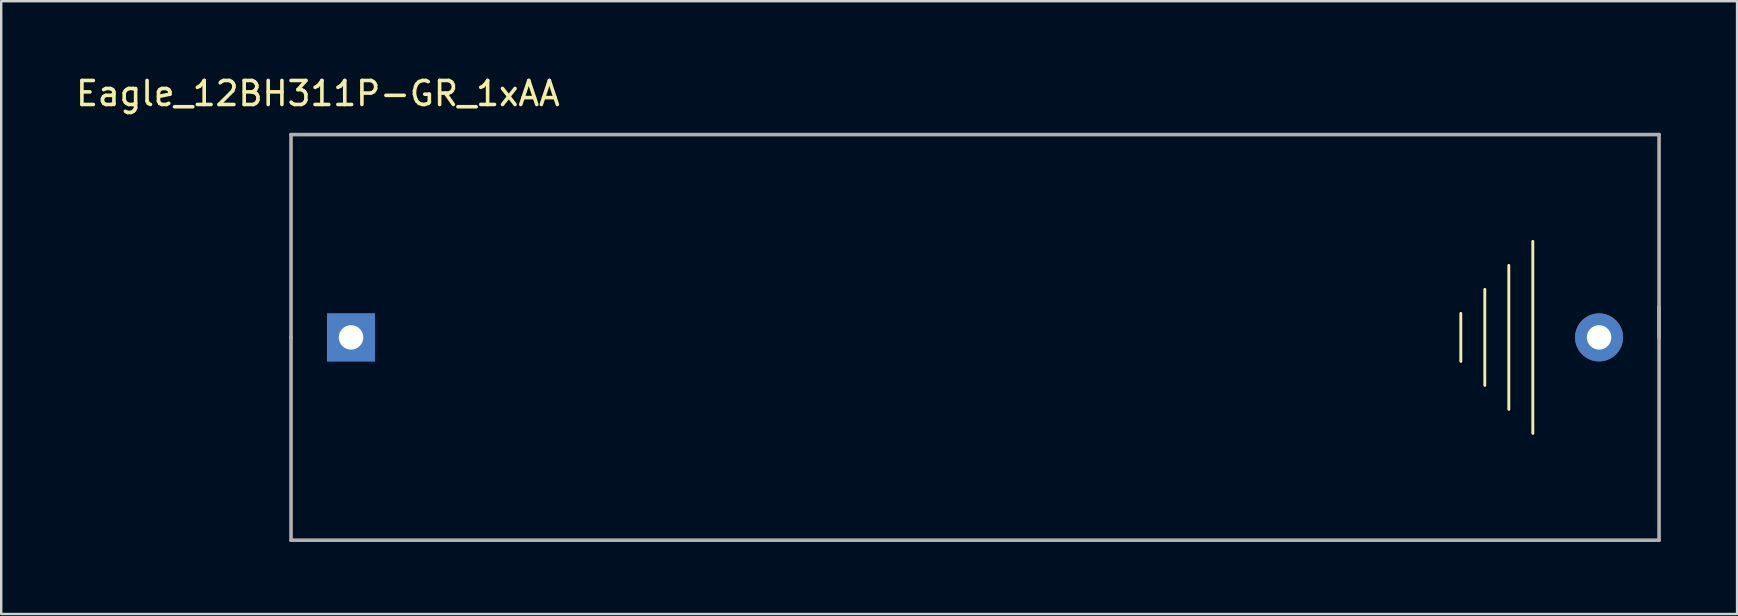
<source format=kicad_pcb>
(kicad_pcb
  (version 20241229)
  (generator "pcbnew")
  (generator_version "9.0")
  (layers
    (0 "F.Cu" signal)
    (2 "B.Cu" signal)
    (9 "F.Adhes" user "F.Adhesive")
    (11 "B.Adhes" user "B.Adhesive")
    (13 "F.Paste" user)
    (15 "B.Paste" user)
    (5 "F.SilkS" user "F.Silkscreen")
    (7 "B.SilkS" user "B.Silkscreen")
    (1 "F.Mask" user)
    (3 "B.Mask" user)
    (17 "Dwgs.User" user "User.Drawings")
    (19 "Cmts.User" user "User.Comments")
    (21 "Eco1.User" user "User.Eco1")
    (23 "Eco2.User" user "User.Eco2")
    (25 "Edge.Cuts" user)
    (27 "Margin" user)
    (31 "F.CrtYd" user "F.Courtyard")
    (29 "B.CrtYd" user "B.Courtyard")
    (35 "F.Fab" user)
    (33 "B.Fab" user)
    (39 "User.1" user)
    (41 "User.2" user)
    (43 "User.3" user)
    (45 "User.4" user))
  (footprint "Eagle_12BH311P-GR_1xAA"
    (layer "F.Cu")
    (at 66.076 11.008)
    (property "Reference" "Eagle_12BH311P-GR_1xAA" (at -55.88 -10.16 180) (layer "F.SilkS") (effects (font (size 1 1) (thickness 0.15))))
    (attr through_hole)
    (fp_line (start -8.26 -1) (end -8.26 1) (stroke (width 0.12) (type solid)) (layer "F.SilkS"))
    (fp_line (start -7.26 -2) (end -7.26 2) (stroke (width 0.12) (type solid)) (layer "F.SilkS"))
    (fp_line (start -6.26 3) (end -6.26 -3) (stroke (width 0.12) (type solid)) (layer "F.SilkS"))
    (fp_line (start -5.26 -4) (end -5.26 4) (stroke (width 0.12) (type solid)) (layer "F.SilkS"))
    (fp_line (start -57 -8.45) (end 0 -8.45) (stroke (width 0.15) (type solid)) (layer "F.Fab"))
    (fp_line (start -57 0) (end -57 -8.45) (stroke (width 0.15) (type solid)) (layer "F.Fab"))
    (fp_line (start -57 0) (end -57 8.45) (stroke (width 0.15) (type solid)) (layer "F.Fab"))
    (fp_line (start -57 8.45) (end 0 8.45) (stroke (width 0.15) (type solid)) (layer "F.Fab"))
    (fp_line (start 0 -1.27) (end 0 8.45) (stroke (width 0.15) (type solid)) (layer "F.Fab"))
    (fp_line (start 0 0) (end 0 -8.45) (stroke (width 0.15) (type solid)) (layer "F.Fab"))
    (pad "1" thru_hole rect (at -54.5 0) (size 2 2) (drill 1.02) (layers "*.Cu" "*.Mask"))
    (pad "2" thru_hole circle (at -2.5 0) (size 2 2) (drill 1.02) (layers "*.Cu" "*.Mask")))
  (gr_rect
    (start -3 -3)
    (end 69.326 22.533)
    (stroke (width 0.1) (type default))
    (fill no)
    (layer "Edge.Cuts")))
</source>
